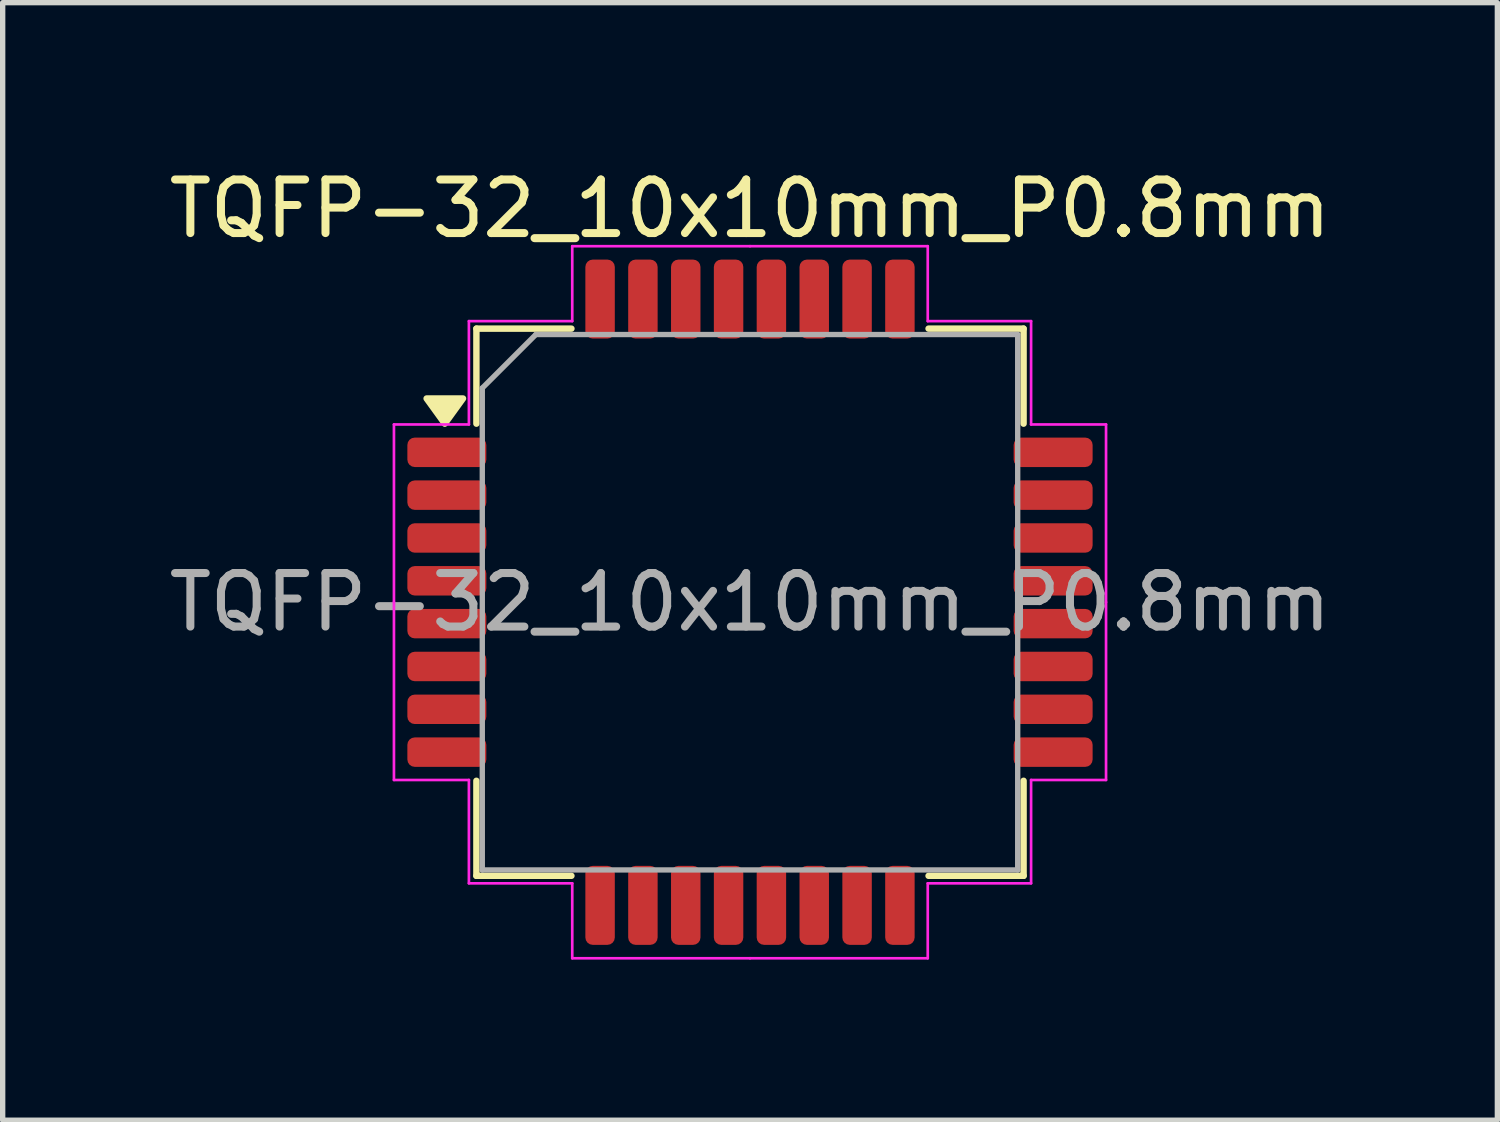
<source format=kicad_pcb>
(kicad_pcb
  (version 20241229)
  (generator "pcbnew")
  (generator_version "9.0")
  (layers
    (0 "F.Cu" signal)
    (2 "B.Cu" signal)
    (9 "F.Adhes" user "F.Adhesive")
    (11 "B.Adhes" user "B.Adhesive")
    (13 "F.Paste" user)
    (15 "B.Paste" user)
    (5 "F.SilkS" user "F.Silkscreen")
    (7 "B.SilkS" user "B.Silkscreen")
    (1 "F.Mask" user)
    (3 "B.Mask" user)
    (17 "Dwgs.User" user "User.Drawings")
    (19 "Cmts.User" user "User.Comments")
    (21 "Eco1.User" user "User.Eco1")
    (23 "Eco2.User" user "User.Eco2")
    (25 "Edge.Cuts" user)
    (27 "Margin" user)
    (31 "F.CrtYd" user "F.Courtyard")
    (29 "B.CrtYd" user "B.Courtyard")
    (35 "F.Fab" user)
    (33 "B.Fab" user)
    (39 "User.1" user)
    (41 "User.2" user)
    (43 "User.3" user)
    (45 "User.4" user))
  (footprint "TQFP-32_10x10mm_P0.8mm"
    (layer "F.Cu")
    (at 10.958 8.198)
    (property "Reference" "TQFP-32_10x10mm_P0.8mm" (at 0 -7.35 0) (layer "F.SilkS") (effects (font (size 1 1) (thickness 0.15))))
    (attr smd)
    (fp_line (start -5.11 -5.11) (end -5.11 -3.335) (stroke (width 0.12) (type solid)) (layer "F.SilkS"))
    (fp_line (start -5.11 5.11) (end -5.11 3.335) (stroke (width 0.12) (type solid)) (layer "F.SilkS"))
    (fp_line (start -3.335 -5.11) (end -5.11 -5.11) (stroke (width 0.12) (type solid)) (layer "F.SilkS"))
    (fp_line (start -3.335 5.11) (end -5.11 5.11) (stroke (width 0.12) (type solid)) (layer "F.SilkS"))
    (fp_line (start 3.335 -5.11) (end 5.11 -5.11) (stroke (width 0.12) (type solid)) (layer "F.SilkS"))
    (fp_line (start 3.335 5.11) (end 5.11 5.11) (stroke (width 0.12) (type solid)) (layer "F.SilkS"))
    (fp_line (start 5.11 -5.11) (end 5.11 -3.335) (stroke (width 0.12) (type solid)) (layer "F.SilkS"))
    (fp_line (start 5.11 5.11) (end 5.11 3.335) (stroke (width 0.12) (type solid)) (layer "F.SilkS"))
    (fp_poly (pts (xy -5.7 -3.335) (xy -6.04 -3.805) (xy -5.36 -3.805)) (stroke (width 0.12) (type solid)) (fill yes) (layer "F.SilkS"))
    (fp_line (start -6.65 -3.32) (end -6.65 0) (stroke (width 0.05) (type solid)) (layer "F.CrtYd"))
    (fp_line (start -6.65 3.32) (end -6.65 0) (stroke (width 0.05) (type solid)) (layer "F.CrtYd"))
    (fp_line (start -5.25 -5.25) (end -5.25 -3.32) (stroke (width 0.05) (type solid)) (layer "F.CrtYd"))
    (fp_line (start -5.25 -3.32) (end -6.65 -3.32) (stroke (width 0.05) (type solid)) (layer "F.CrtYd"))
    (fp_line (start -5.25 3.32) (end -6.65 3.32) (stroke (width 0.05) (type solid)) (layer "F.CrtYd"))
    (fp_line (start -5.25 5.25) (end -5.25 3.32) (stroke (width 0.05) (type solid)) (layer "F.CrtYd"))
    (fp_line (start -3.32 -6.65) (end -3.32 -5.25) (stroke (width 0.05) (type solid)) (layer "F.CrtYd"))
    (fp_line (start -3.32 -5.25) (end -5.25 -5.25) (stroke (width 0.05) (type solid)) (layer "F.CrtYd"))
    (fp_line (start -3.32 5.25) (end -5.25 5.25) (stroke (width 0.05) (type solid)) (layer "F.CrtYd"))
    (fp_line (start -3.32 6.65) (end -3.32 5.25) (stroke (width 0.05) (type solid)) (layer "F.CrtYd"))
    (fp_line (start 0 -6.65) (end -3.32 -6.65) (stroke (width 0.05) (type solid)) (layer "F.CrtYd"))
    (fp_line (start 0 -6.65) (end 3.32 -6.65) (stroke (width 0.05) (type solid)) (layer "F.CrtYd"))
    (fp_line (start 0 6.65) (end -3.32 6.65) (stroke (width 0.05) (type solid)) (layer "F.CrtYd"))
    (fp_line (start 0 6.65) (end 3.32 6.65) (stroke (width 0.05) (type solid)) (layer "F.CrtYd"))
    (fp_line (start 3.32 -6.65) (end 3.32 -5.25) (stroke (width 0.05) (type solid)) (layer "F.CrtYd"))
    (fp_line (start 3.32 -5.25) (end 5.25 -5.25) (stroke (width 0.05) (type solid)) (layer "F.CrtYd"))
    (fp_line (start 3.32 5.25) (end 5.25 5.25) (stroke (width 0.05) (type solid)) (layer "F.CrtYd"))
    (fp_line (start 3.32 6.65) (end 3.32 5.25) (stroke (width 0.05) (type solid)) (layer "F.CrtYd"))
    (fp_line (start 5.25 -5.25) (end 5.25 -3.32) (stroke (width 0.05) (type solid)) (layer "F.CrtYd"))
    (fp_line (start 5.25 -3.32) (end 6.65 -3.32) (stroke (width 0.05) (type solid)) (layer "F.CrtYd"))
    (fp_line (start 5.25 3.32) (end 6.65 3.32) (stroke (width 0.05) (type solid)) (layer "F.CrtYd"))
    (fp_line (start 5.25 5.25) (end 5.25 3.32) (stroke (width 0.05) (type solid)) (layer "F.CrtYd"))
    (fp_line (start 6.65 -3.32) (end 6.65 0) (stroke (width 0.05) (type solid)) (layer "F.CrtYd"))
    (fp_line (start 6.65 3.32) (end 6.65 0) (stroke (width 0.05) (type solid)) (layer "F.CrtYd"))
    (fp_line (start -5 -4) (end -4 -5) (stroke (width 0.1) (type solid)) (layer "F.Fab"))
    (fp_line (start -5 5) (end -5 -4) (stroke (width 0.1) (type solid)) (layer "F.Fab"))
    (fp_line (start -4 -5) (end 5 -5) (stroke (width 0.1) (type solid)) (layer "F.Fab"))
    (fp_line (start 5 -5) (end 5 5) (stroke (width 0.1) (type solid)) (layer "F.Fab"))
    (fp_line (start 5 5) (end -5 5) (stroke (width 0.1) (type solid)) (layer "F.Fab"))
    (fp_text user "${REFERENCE}" (at 0 0 0) (layer "F.Fab") (effects (font (size 1 1) (thickness 0.15))))
    (pad "1" smd roundrect (at -5.662 -2.8) (size 1.475 0.55) (layers "F.Cu" "F.Mask" "F.Paste") (roundrect_rratio 0.25))
    (pad "2" smd roundrect (at -5.662 -2) (size 1.475 0.55) (layers "F.Cu" "F.Mask" "F.Paste") (roundrect_rratio 0.25))
    (pad "3" smd roundrect (at -5.662 -1.2) (size 1.475 0.55) (layers "F.Cu" "F.Mask" "F.Paste") (roundrect_rratio 0.25))
    (pad "4" smd roundrect (at -5.662 -0.4) (size 1.475 0.55) (layers "F.Cu" "F.Mask" "F.Paste") (roundrect_rratio 0.25))
    (pad "5" smd roundrect (at -5.662 0.4) (size 1.475 0.55) (layers "F.Cu" "F.Mask" "F.Paste") (roundrect_rratio 0.25))
    (pad "6" smd roundrect (at -5.662 1.2) (size 1.475 0.55) (layers "F.Cu" "F.Mask" "F.Paste") (roundrect_rratio 0.25))
    (pad "7" smd roundrect (at -5.662 2) (size 1.475 0.55) (layers "F.Cu" "F.Mask" "F.Paste") (roundrect_rratio 0.25))
    (pad "8" smd roundrect (at -5.662 2.8) (size 1.475 0.55) (layers "F.Cu" "F.Mask" "F.Paste") (roundrect_rratio 0.25))
    (pad "9" smd roundrect (at -2.8 5.662) (size 0.55 1.475) (layers "F.Cu" "F.Mask" "F.Paste") (roundrect_rratio 0.25))
    (pad "10" smd roundrect (at -2 5.662) (size 0.55 1.475) (layers "F.Cu" "F.Mask" "F.Paste") (roundrect_rratio 0.25))
    (pad "11" smd roundrect (at -1.2 5.662) (size 0.55 1.475) (layers "F.Cu" "F.Mask" "F.Paste") (roundrect_rratio 0.25))
    (pad "12" smd roundrect (at -0.4 5.662) (size 0.55 1.475) (layers "F.Cu" "F.Mask" "F.Paste") (roundrect_rratio 0.25))
    (pad "13" smd roundrect (at 0.4 5.662) (size 0.55 1.475) (layers "F.Cu" "F.Mask" "F.Paste") (roundrect_rratio 0.25))
    (pad "14" smd roundrect (at 1.2 5.662) (size 0.55 1.475) (layers "F.Cu" "F.Mask" "F.Paste") (roundrect_rratio 0.25))
    (pad "15" smd roundrect (at 2 5.662) (size 0.55 1.475) (layers "F.Cu" "F.Mask" "F.Paste") (roundrect_rratio 0.25))
    (pad "16" smd roundrect (at 2.8 5.662) (size 0.55 1.475) (layers "F.Cu" "F.Mask" "F.Paste") (roundrect_rratio 0.25))
    (pad "17" smd roundrect (at 5.662 2.8) (size 1.475 0.55) (layers "F.Cu" "F.Mask" "F.Paste") (roundrect_rratio 0.25))
    (pad "18" smd roundrect (at 5.662 2) (size 1.475 0.55) (layers "F.Cu" "F.Mask" "F.Paste") (roundrect_rratio 0.25))
    (pad "19" smd roundrect (at 5.662 1.2) (size 1.475 0.55) (layers "F.Cu" "F.Mask" "F.Paste") (roundrect_rratio 0.25))
    (pad "20" smd roundrect (at 5.662 0.4) (size 1.475 0.55) (layers "F.Cu" "F.Mask" "F.Paste") (roundrect_rratio 0.25))
    (pad "21" smd roundrect (at 5.662 -0.4) (size 1.475 0.55) (layers "F.Cu" "F.Mask" "F.Paste") (roundrect_rratio 0.25))
    (pad "22" smd roundrect (at 5.662 -1.2) (size 1.475 0.55) (layers "F.Cu" "F.Mask" "F.Paste") (roundrect_rratio 0.25))
    (pad "23" smd roundrect (at 5.662 -2) (size 1.475 0.55) (layers "F.Cu" "F.Mask" "F.Paste") (roundrect_rratio 0.25))
    (pad "24" smd roundrect (at 5.662 -2.8) (size 1.475 0.55) (layers "F.Cu" "F.Mask" "F.Paste") (roundrect_rratio 0.25))
    (pad "25" smd roundrect (at 2.8 -5.662) (size 0.55 1.475) (layers "F.Cu" "F.Mask" "F.Paste") (roundrect_rratio 0.25))
    (pad "26" smd roundrect (at 2 -5.662) (size 0.55 1.475) (layers "F.Cu" "F.Mask" "F.Paste") (roundrect_rratio 0.25))
    (pad "27" smd roundrect (at 1.2 -5.662) (size 0.55 1.475) (layers "F.Cu" "F.Mask" "F.Paste") (roundrect_rratio 0.25))
    (pad "28" smd roundrect (at 0.4 -5.662) (size 0.55 1.475) (layers "F.Cu" "F.Mask" "F.Paste") (roundrect_rratio 0.25))
    (pad "29" smd roundrect (at -0.4 -5.662) (size 0.55 1.475) (layers "F.Cu" "F.Mask" "F.Paste") (roundrect_rratio 0.25))
    (pad "30" smd roundrect (at -1.2 -5.662) (size 0.55 1.475) (layers "F.Cu" "F.Mask" "F.Paste") (roundrect_rratio 0.25))
    (pad "31" smd roundrect (at -2 -5.662) (size 0.55 1.475) (layers "F.Cu" "F.Mask" "F.Paste") (roundrect_rratio 0.25))
    (pad "32" smd roundrect (at -2.8 -5.662) (size 0.55 1.475) (layers "F.Cu" "F.Mask" "F.Paste") (roundrect_rratio 0.25)))
  (gr_rect
    (start -3 -3)
    (end 24.917 17.873)
    (stroke (width 0.1) (type default))
    (fill no)
    (layer "Edge.Cuts")))
</source>
